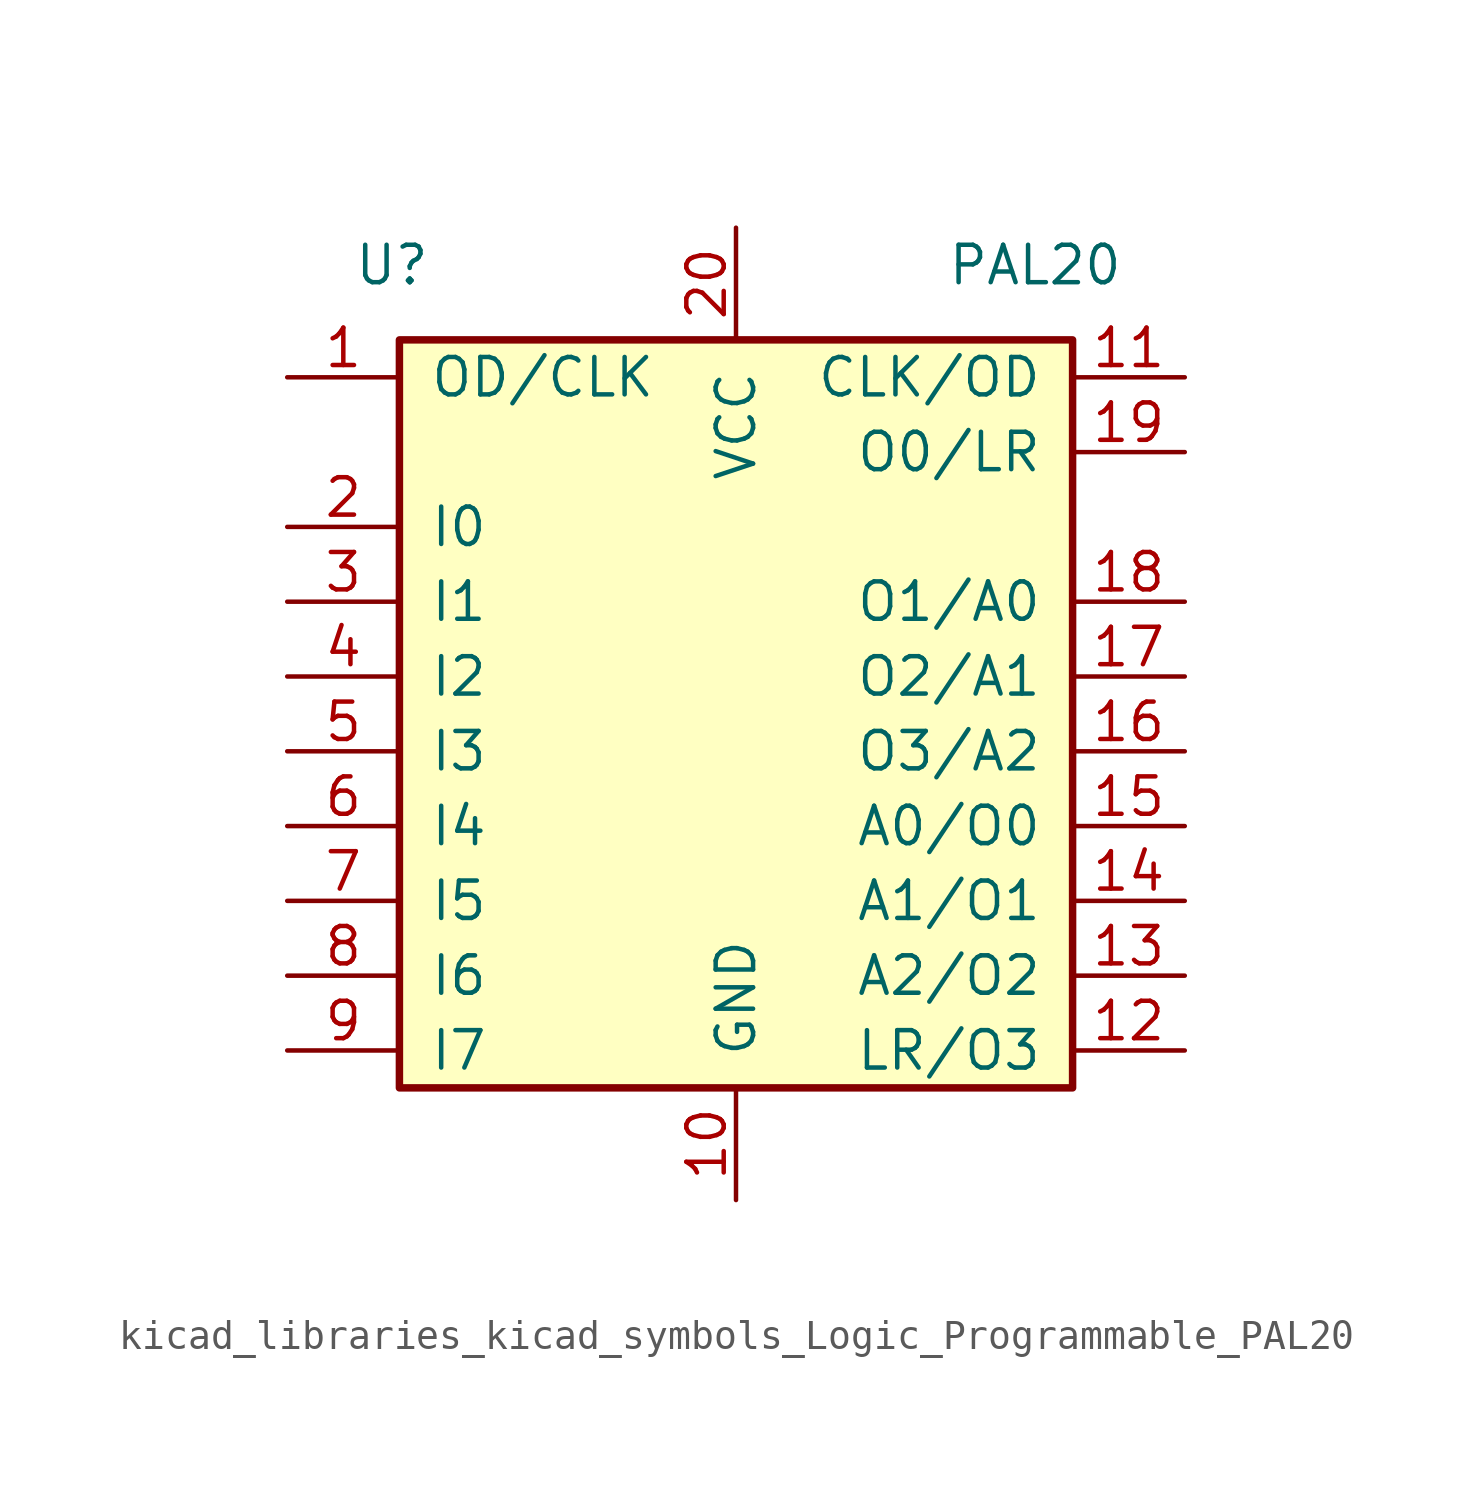
<source format=kicad_sym>
(kicad_symbol_lib
  (version 20220914)
  (generator kicad_symbol_editor)
  (symbol "kicad_libraries_kicad_symbols_Logic_Programmable_PAL20"
    (pin_names
      (offset 1.016))
    (property "Reference" "U"
      (at -11.684 16.51 0)
      (effects (font (size 1.27 1.27))))
    (property "Value" "PAL20"
      (at 10.16 16.51 0)
      (effects (font (size 1.27 1.27))))
    (symbol "kicad_libraries_kicad_symbols_Logic_Programmable_PAL20_0_1"
      (rectangle (start -11.43 -11.43) (end 11.43 13.97) (stroke (width 0.254) (type default)) (fill (type background))))
    (symbol "kicad_libraries_kicad_symbols_Logic_Programmable_PAL20_1_1"
      (pin passive line (at -15.24 12.7 0) (length 3.81) (name "OD/CLK" (effects (font (size 1.27 1.27)))) (number "1" (effects (font (size 1.27 1.27)))))
      (pin passive line (at 0 -15.24 90) (length 3.81) (name "GND" (effects (font (size 1.27 1.27)))) (number "10" (effects (font (size 1.27 1.27)))))
      (pin passive line (at 15.24 12.7 180) (length 3.81) (name "CLK/OD" (effects (font (size 1.27 1.27)))) (number "11" (effects (font (size 1.27 1.27)))))
      (pin passive line (at 15.24 -10.16 180) (length 3.81) (name "LR/O3" (effects (font (size 1.27 1.27)))) (number "12" (effects (font (size 1.27 1.27)))))
      (pin passive line (at 15.24 -7.62 180) (length 3.81) (name "A2/O2" (effects (font (size 1.27 1.27)))) (number "13" (effects (font (size 1.27 1.27)))))
      (pin passive line (at 15.24 -5.08 180) (length 3.81) (name "A1/O1" (effects (font (size 1.27 1.27)))) (number "14" (effects (font (size 1.27 1.27)))))
      (pin passive line (at 15.24 -2.54 180) (length 3.81) (name "A0/O0" (effects (font (size 1.27 1.27)))) (number "15" (effects (font (size 1.27 1.27)))))
      (pin passive line (at 15.24 0 180) (length 3.81) (name "O3/A2" (effects (font (size 1.27 1.27)))) (number "16" (effects (font (size 1.27 1.27)))))
      (pin passive line (at 15.24 2.54 180) (length 3.81) (name "O2/A1" (effects (font (size 1.27 1.27)))) (number "17" (effects (font (size 1.27 1.27)))))
      (pin passive line (at 15.24 5.08 180) (length 3.81) (name "O1/A0" (effects (font (size 1.27 1.27)))) (number "18" (effects (font (size 1.27 1.27)))))
      (pin passive line (at 15.24 10.16 180) (length 3.81) (name "O0/LR" (effects (font (size 1.27 1.27)))) (number "19" (effects (font (size 1.27 1.27)))))
      (pin passive line (at -15.24 7.62 0) (length 3.81) (name "I0" (effects (font (size 1.27 1.27)))) (number "2" (effects (font (size 1.27 1.27)))))
      (pin passive line (at 0 17.78 270) (length 3.81) (name "VCC" (effects (font (size 1.27 1.27)))) (number "20" (effects (font (size 1.27 1.27)))))
      (pin passive line (at -15.24 5.08 0) (length 3.81) (name "I1" (effects (font (size 1.27 1.27)))) (number "3" (effects (font (size 1.27 1.27)))))
      (pin passive line (at -15.24 2.54 0) (length 3.81) (name "I2" (effects (font (size 1.27 1.27)))) (number "4" (effects (font (size 1.27 1.27)))))
      (pin passive line (at -15.24 0 0) (length 3.81) (name "I3" (effects (font (size 1.27 1.27)))) (number "5" (effects (font (size 1.27 1.27)))))
      (pin passive line (at -15.24 -2.54 0) (length 3.81) (name "I4" (effects (font (size 1.27 1.27)))) (number "6" (effects (font (size 1.27 1.27)))))
      (pin passive line (at -15.24 -5.08 0) (length 3.81) (name "I5" (effects (font (size 1.27 1.27)))) (number "7" (effects (font (size 1.27 1.27)))))
      (pin passive line (at -15.24 -7.62 0) (length 3.81) (name "I6" (effects (font (size 1.27 1.27)))) (number "8" (effects (font (size 1.27 1.27)))))
      (pin passive line (at -15.24 -10.16 0) (length 3.81) (name "I7" (effects (font (size 1.27 1.27)))) (number "9" (effects (font (size 1.27 1.27))))))))
</source>
